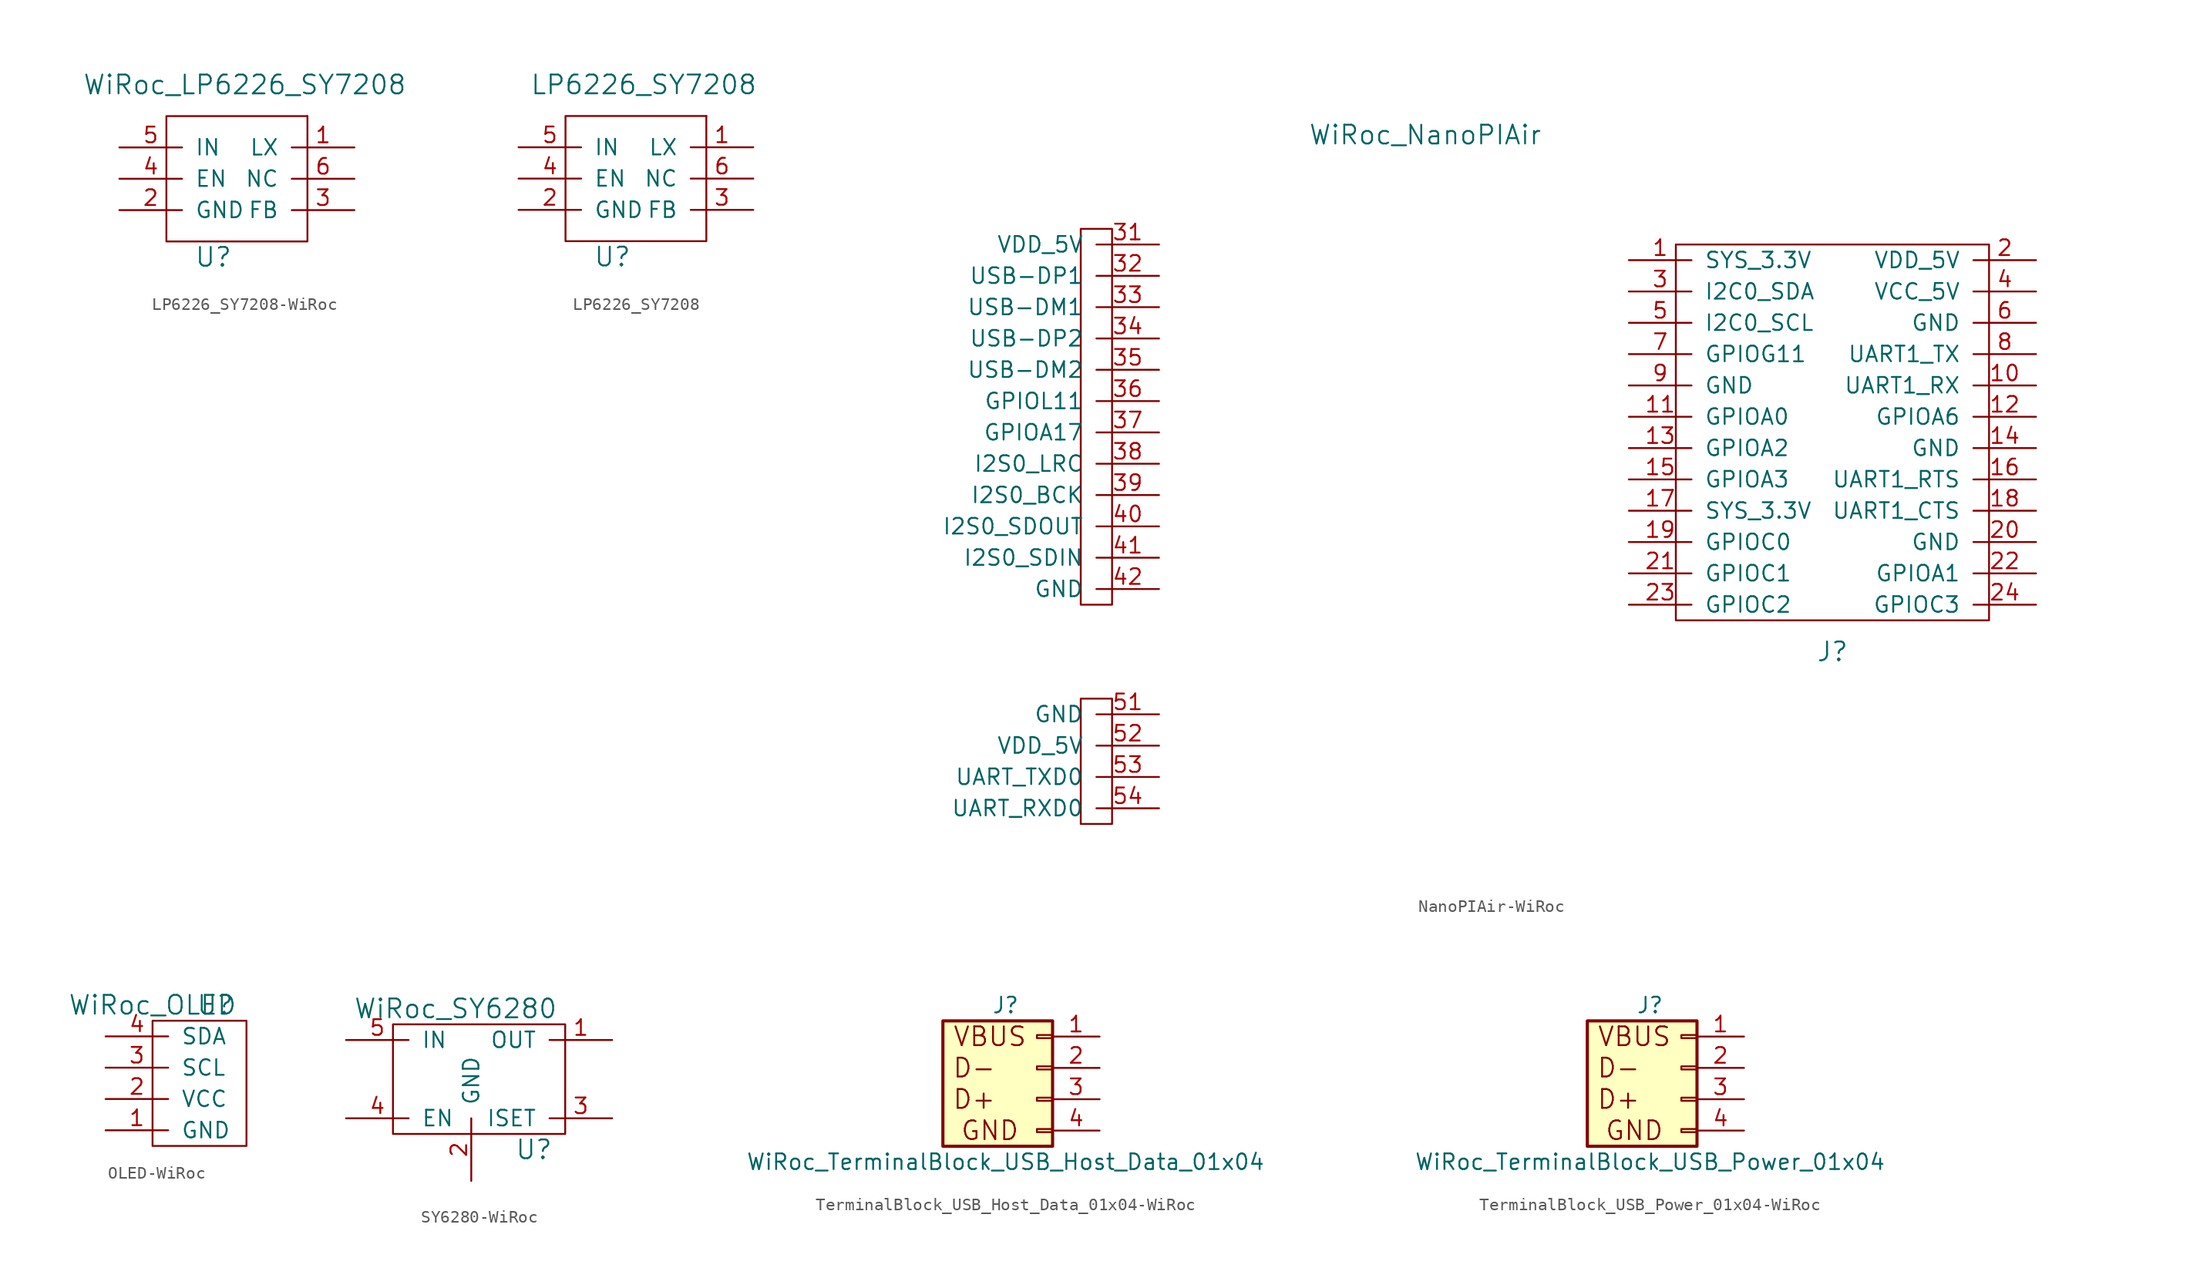
<source format=kicad_sym>
(kicad_symbol_lib
  (version 20220914)
  (generator kicad_symbol_editor)
  (symbol "LP6226_SY7208-WiRoc"
    (pin_names
      (offset 1.016))
    (property "Reference" "U"
      (at -2.54 -6.35 0)
      (effects (font (size 1.524 1.524))))
    (property "Value" "WiRoc_LP6226_SY7208"
      (at 0 7.62 0)
      (effects (font (size 1.524 1.524))))
    (symbol "LP6226_SY7208-WiRoc_0_1"
      (rectangle (start 5.08 5.08) (end -6.35 -5.08) (stroke (width 0) (type solid)) (fill (type none)))
      (rectangle (start 5.08 5.08) (end 5.08 5.08) (stroke (width 0) (type solid)) (fill (type none))))
    (symbol "LP6226_SY7208-WiRoc_1_1"
      (pin output line (at 8.89 2.54 180) (length 5.08) (name "LX" (effects (font (size 1.27 1.27)))) (number "1" (effects (font (size 1.27 1.27)))))
      (pin power_in line (at -10.16 -2.54 0) (length 5.08) (name "GND" (effects (font (size 1.27 1.27)))) (number "2" (effects (font (size 1.27 1.27)))))
      (pin output line (at 8.89 -2.54 180) (length 5.08) (name "FB" (effects (font (size 1.27 1.27)))) (number "3" (effects (font (size 1.27 1.27)))))
      (pin input line (at -10.16 0 0) (length 5.08) (name "EN" (effects (font (size 1.27 1.27)))) (number "4" (effects (font (size 1.27 1.27)))))
      (pin input line (at -10.16 2.54 0) (length 5.08) (name "IN" (effects (font (size 1.27 1.27)))) (number "5" (effects (font (size 1.27 1.27)))))
      (pin output line (at 8.89 0 180) (length 5.08) (name "NC" (effects (font (size 1.27 1.27)))) (number "6" (effects (font (size 1.27 1.27)))))))
  (symbol "LP6226_SY7208"
    (pin_names
      (offset 1.016))
    (property "Reference" "U"
      (at -2.54 -6.35 0)
      (effects (font (size 1.524 1.524))))
    (property "Value" "LP6226_SY7208"
      (at 0 7.62 0)
      (effects (font (size 1.524 1.524))))
    (symbol "LP6226_SY7208_0_1"
      (rectangle (start 5.08 5.08) (end -6.35 -5.08) (stroke (width 0) (type solid)) (fill (type none)))
      (rectangle (start 5.08 5.08) (end 5.08 5.08) (stroke (width 0) (type solid)) (fill (type none))))
    (symbol "LP6226_SY7208_1_1"
      (pin output line (at 8.89 2.54 180) (length 5.08) (name "LX" (effects (font (size 1.27 1.27)))) (number "1" (effects (font (size 1.27 1.27)))))
      (pin power_in line (at -10.16 -2.54 0) (length 5.08) (name "GND" (effects (font (size 1.27 1.27)))) (number "2" (effects (font (size 1.27 1.27)))))
      (pin output line (at 8.89 -2.54 180) (length 5.08) (name "FB" (effects (font (size 1.27 1.27)))) (number "3" (effects (font (size 1.27 1.27)))))
      (pin input line (at -10.16 0 0) (length 5.08) (name "EN" (effects (font (size 1.27 1.27)))) (number "4" (effects (font (size 1.27 1.27)))))
      (pin input line (at -10.16 2.54 0) (length 5.08) (name "IN" (effects (font (size 1.27 1.27)))) (number "5" (effects (font (size 1.27 1.27)))))
      (pin output line (at 8.89 0 180) (length 5.08) (name "NC" (effects (font (size 1.27 1.27)))) (number "6" (effects (font (size 1.27 1.27)))))))
  (symbol "NanoPIAir-WiRoc"
    (pin_names
      (offset 1.016))
    (property "Reference" "J"
      (at 26.67 -15.24 0)
      (effects (font (size 1.524 1.524))))
    (property "Value" "WiRoc_NanoPIAir"
      (at -6.35 26.67 0)
      (effects (font (size 1.524 1.524))))
    (symbol "NanoPIAir-WiRoc_0_1"
      (rectangle (start 13.97 -12.7) (end 39.37 17.78) (stroke (width 0) (type solid)) (fill (type none))))
    (symbol "NanoPIAir-WiRoc_1_1"
      (rectangle (start -34.29 -29.21) (end -31.75 -19.05) (stroke (width 0) (type solid)) (fill (type none)))
      (rectangle (start -34.29 -11.43) (end -31.75 19.05) (stroke (width 0) (type solid)) (fill (type none)))
      (pin power_out line (at 10.16 16.51 0) (length 5.08) (name "SYS_3.3V" (effects (font (size 1.27 1.27)))) (number "1" (effects (font (size 1.27 1.27)))))
      (pin input line (at 43.18 6.35 180) (length 5.08) (name "UART1_RX" (effects (font (size 1.27 1.27)))) (number "10" (effects (font (size 1.27 1.27)))))
      (pin bidirectional line (at 10.16 3.81 0) (length 5.08) (name "GPIOA0" (effects (font (size 1.27 1.27)))) (number "11" (effects (font (size 1.27 1.27)))))
      (pin bidirectional line (at 43.18 3.81 180) (length 5.08) (name "GPIOA6" (effects (font (size 1.27 1.27)))) (number "12" (effects (font (size 1.27 1.27)))))
      (pin bidirectional line (at 10.16 1.27 0) (length 5.08) (name "GPIOA2" (effects (font (size 1.27 1.27)))) (number "13" (effects (font (size 1.27 1.27)))))
      (pin power_in line (at 43.18 1.27 180) (length 5.08) (name "GND" (effects (font (size 1.27 1.27)))) (number "14" (effects (font (size 1.27 1.27)))))
      (pin bidirectional line (at 10.16 -1.27 0) (length 5.08) (name "GPIOA3" (effects (font (size 1.27 1.27)))) (number "15" (effects (font (size 1.27 1.27)))))
      (pin output line (at 43.18 -1.27 180) (length 5.08) (name "UART1_RTS" (effects (font (size 1.27 1.27)))) (number "16" (effects (font (size 1.27 1.27)))))
      (pin power_out line (at 10.16 -3.81 0) (length 5.08) (name "SYS_3.3V" (effects (font (size 1.27 1.27)))) (number "17" (effects (font (size 1.27 1.27)))))
      (pin input line (at 43.18 -3.81 180) (length 5.08) (name "UART1_CTS" (effects (font (size 1.27 1.27)))) (number "18" (effects (font (size 1.27 1.27)))))
      (pin bidirectional line (at 10.16 -6.35 0) (length 5.08) (name "GPIOC0" (effects (font (size 1.27 1.27)))) (number "19" (effects (font (size 1.27 1.27)))))
      (pin power_in line (at 43.18 16.51 180) (length 5.08) (name "VDD_5V" (effects (font (size 1.27 1.27)))) (number "2" (effects (font (size 1.27 1.27)))))
      (pin power_in line (at 43.18 -6.35 180) (length 5.08) (name "GND" (effects (font (size 1.27 1.27)))) (number "20" (effects (font (size 1.27 1.27)))))
      (pin bidirectional line (at 10.16 -8.89 0) (length 5.08) (name "GPIOC1" (effects (font (size 1.27 1.27)))) (number "21" (effects (font (size 1.27 1.27)))))
      (pin bidirectional line (at 43.18 -8.89 180) (length 5.08) (name "GPIOA1" (effects (font (size 1.27 1.27)))) (number "22" (effects (font (size 1.27 1.27)))))
      (pin bidirectional line (at 10.16 -11.43 0) (length 5.08) (name "GPIOC2" (effects (font (size 1.27 1.27)))) (number "23" (effects (font (size 1.27 1.27)))))
      (pin bidirectional line (at 43.18 -11.43 180) (length 5.08) (name "GPIOC3" (effects (font (size 1.27 1.27)))) (number "24" (effects (font (size 1.27 1.27)))))
      (pin bidirectional line (at 10.16 13.97 0) (length 5.08) (name "I2C0_SDA" (effects (font (size 1.27 1.27)))) (number "3" (effects (font (size 1.27 1.27)))))
      (pin power_out line (at -27.94 17.78 180) (length 5.08) (name "VDD_5V" (effects (font (size 1.27 1.27)))) (number "31" (effects (font (size 1.27 1.27)))))
      (pin bidirectional line (at -27.94 15.24 180) (length 5.08) (name "USB-DP1" (effects (font (size 1.27 1.27)))) (number "32" (effects (font (size 1.27 1.27)))))
      (pin bidirectional line (at -27.94 12.7 180) (length 5.08) (name "USB-DM1" (effects (font (size 1.27 1.27)))) (number "33" (effects (font (size 1.27 1.27)))))
      (pin bidirectional line (at -27.94 10.16 180) (length 5.08) (name "USB-DP2" (effects (font (size 1.27 1.27)))) (number "34" (effects (font (size 1.27 1.27)))))
      (pin bidirectional line (at -27.94 7.62 180) (length 5.08) (name "USB-DM2" (effects (font (size 1.27 1.27)))) (number "35" (effects (font (size 1.27 1.27)))))
      (pin bidirectional line (at -27.94 5.08 180) (length 5.08) (name "GPIOL11" (effects (font (size 1.27 1.27)))) (number "36" (effects (font (size 1.27 1.27)))))
      (pin bidirectional line (at -27.94 2.54 180) (length 5.08) (name "GPIOA17" (effects (font (size 1.27 1.27)))) (number "37" (effects (font (size 1.27 1.27)))))
      (pin bidirectional line (at -27.94 0 180) (length 5.08) (name "I2S0_LRC" (effects (font (size 1.27 1.27)))) (number "38" (effects (font (size 1.27 1.27)))))
      (pin bidirectional line (at -27.94 -2.54 180) (length 5.08) (name "I2S0_BCK" (effects (font (size 1.27 1.27)))) (number "39" (effects (font (size 1.27 1.27)))))
      (pin power_in line (at 43.18 13.97 180) (length 5.08) (name "VCC_5V" (effects (font (size 1.27 1.27)))) (number "4" (effects (font (size 1.27 1.27)))))
      (pin output line (at -27.94 -5.08 180) (length 5.08) (name "I2S0_SDOUT" (effects (font (size 1.27 1.27)))) (number "40" (effects (font (size 1.27 1.27)))))
      (pin input line (at -27.94 -7.62 180) (length 5.08) (name "I2S0_SDIN" (effects (font (size 1.27 1.27)))) (number "41" (effects (font (size 1.27 1.27)))))
      (pin output line (at -27.94 -10.16 180) (length 5.08) (name "GND" (effects (font (size 1.27 1.27)))) (number "42" (effects (font (size 1.27 1.27)))))
      (pin bidirectional line (at 10.16 11.43 0) (length 5.08) (name "I2C0_SCL" (effects (font (size 1.27 1.27)))) (number "5" (effects (font (size 1.27 1.27)))))
      (pin power_in line (at -27.94 -20.32 180) (length 5.08) (name "GND" (effects (font (size 1.27 1.27)))) (number "51" (effects (font (size 1.27 1.27)))))
      (pin power_in line (at -27.94 -22.86 180) (length 5.08) (name "VDD_5V" (effects (font (size 1.27 1.27)))) (number "52" (effects (font (size 1.27 1.27)))))
      (pin output line (at -27.94 -25.4 180) (length 5.08) (name "UART_TXD0" (effects (font (size 1.27 1.27)))) (number "53" (effects (font (size 1.27 1.27)))))
      (pin input line (at -27.94 -27.94 180) (length 5.08) (name "UART_RXD0" (effects (font (size 1.27 1.27)))) (number "54" (effects (font (size 1.27 1.27)))))
      (pin power_in line (at 43.18 11.43 180) (length 5.08) (name "GND" (effects (font (size 1.27 1.27)))) (number "6" (effects (font (size 1.27 1.27)))))
      (pin bidirectional line (at 10.16 8.89 0) (length 5.08) (name "GPIOG11" (effects (font (size 1.27 1.27)))) (number "7" (effects (font (size 1.27 1.27)))))
      (pin output line (at 43.18 8.89 180) (length 5.08) (name "UART1_TX" (effects (font (size 1.27 1.27)))) (number "8" (effects (font (size 1.27 1.27)))))
      (pin power_in line (at 10.16 6.35 0) (length 5.08) (name "GND" (effects (font (size 1.27 1.27)))) (number "9" (effects (font (size 1.27 1.27)))))))
  (symbol "OLED-WiRoc"
    (pin_names
      (offset 1.016))
    (property "Reference" "U"
      (at 1.27 6.35 0)
      (effects (font (size 1.524 1.524))))
    (property "Value" "WiRoc_OLED"
      (at -3.81 6.35 0)
      (effects (font (size 1.524 1.524))))
    (symbol "OLED-WiRoc_0_1"
      (rectangle (start -3.81 5.08) (end 3.81 -5.08) (stroke (width 0) (type solid)) (fill (type none))))
    (symbol "OLED-WiRoc_1_1"
      (pin power_in line (at -7.62 -3.81 0) (length 5.08) (name "GND" (effects (font (size 1.27 1.27)))) (number "1" (effects (font (size 1.27 1.27)))))
      (pin power_in line (at -7.62 -1.27 0) (length 5.08) (name "VCC" (effects (font (size 1.27 1.27)))) (number "2" (effects (font (size 1.27 1.27)))))
      (pin input line (at -7.62 1.27 0) (length 5.08) (name "SCL" (effects (font (size 1.27 1.27)))) (number "3" (effects (font (size 1.27 1.27)))))
      (pin input line (at -7.62 3.81 0) (length 5.08) (name "SDA" (effects (font (size 1.27 1.27)))) (number "4" (effects (font (size 1.27 1.27)))))))
  (symbol "SY6280-WiRoc"
    (pin_names
      (offset 1.016))
    (property "Reference" "U"
      (at 5.08 -6.35 0)
      (effects (font (size 1.524 1.524))))
    (property "Value" "WiRoc_SY6280"
      (at -1.27 5.08 0)
      (effects (font (size 1.524 1.524))))
    (symbol "SY6280-WiRoc_0_1"
      (rectangle (start -6.35 3.81) (end 7.62 -5.08) (stroke (width 0) (type solid)) (fill (type none))))
    (symbol "SY6280-WiRoc_1_1"
      (pin power_out line (at 11.43 2.54 180) (length 5.08) (name "OUT" (effects (font (size 1.27 1.27)))) (number "1" (effects (font (size 1.27 1.27)))))
      (pin power_in line (at 0 -8.89 90) (length 5.08) (name "GND" (effects (font (size 1.27 1.27)))) (number "2" (effects (font (size 1.27 1.27)))))
      (pin input line (at 11.43 -3.81 180) (length 5.08) (name "ISET" (effects (font (size 1.27 1.27)))) (number "3" (effects (font (size 1.27 1.27)))))
      (pin input line (at -10.16 -3.81 0) (length 5.08) (name "EN" (effects (font (size 1.27 1.27)))) (number "4" (effects (font (size 1.27 1.27)))))
      (pin power_in line (at -10.16 2.54 0) (length 5.08) (name "IN" (effects (font (size 1.27 1.27)))) (number "5" (effects (font (size 1.27 1.27)))))))
  (symbol "TerminalBlock_USB_Host_Data_01x04-WiRoc"
    (pin_names
      (offset 1.016) hide)
    (property "Reference" "J"
      (at 0 5.08 0)
      (effects (font (size 1.27 1.27))))
    (property "Value" "WiRoc_TerminalBlock_USB_Host_Data_01x04"
      (at 0 -7.62 0)
      (effects (font (size 1.27 1.27))))
    (symbol "TerminalBlock_USB_Host_Data_01x04-WiRoc_0_0"
      (text "D+" (at -2.54 -2.54 0) (effects (font (size 1.524 1.524))))
      (text "D-" (at -2.54 0 0) (effects (font (size 1.524 1.524))))
      (text "GND" (at -1.27 -5.08 0) (effects (font (size 1.524 1.524))))
      (text "VBUS" (at -1.27 2.54 0) (effects (font (size 1.524 1.524)))))
    (symbol "TerminalBlock_USB_Host_Data_01x04-WiRoc_1_1"
      (rectangle (start 3.81 -4.953) (end 2.54 -5.207) (stroke (width 0.152) (type solid)) (fill (type none)))
      (rectangle (start 3.81 -2.413) (end 2.54 -2.667) (stroke (width 0.152) (type solid)) (fill (type none)))
      (rectangle (start 3.81 0.127) (end 2.54 -0.127) (stroke (width 0.152) (type solid)) (fill (type none)))
      (rectangle (start 3.81 2.667) (end 2.54 2.413) (stroke (width 0.152) (type solid)) (fill (type none)))
      (rectangle (start 3.81 3.81) (end -5.08 -6.35) (stroke (width 0.254) (type solid)) (fill (type background)))
      (pin passive line (at 7.62 2.54 180) (length 3.81) (name "Pin_1" (effects (font (size 1.27 1.27)))) (number "1" (effects (font (size 1.27 1.27)))))
      (pin passive line (at 7.62 0 180) (length 3.81) (name "Pin_2" (effects (font (size 1.27 1.27)))) (number "2" (effects (font (size 1.27 1.27)))))
      (pin passive line (at 7.62 -2.54 180) (length 3.81) (name "Pin_3" (effects (font (size 1.27 1.27)))) (number "3" (effects (font (size 1.27 1.27)))))
      (pin passive line (at 7.62 -5.08 180) (length 3.81) (name "Pin_4" (effects (font (size 1.27 1.27)))) (number "4" (effects (font (size 1.27 1.27)))))))
  (symbol "TerminalBlock_USB_Power_01x04-WiRoc"
    (pin_names
      (offset 1.016) hide)
    (property "Reference" "J"
      (at 0 5.08 0)
      (effects (font (size 1.27 1.27))))
    (property "Value" "WiRoc_TerminalBlock_USB_Power_01x04"
      (at 0 -7.62 0)
      (effects (font (size 1.27 1.27))))
    (symbol "TerminalBlock_USB_Power_01x04-WiRoc_0_0"
      (text "D+" (at -2.54 -2.54 0) (effects (font (size 1.524 1.524))))
      (text "D-" (at -2.54 0 0) (effects (font (size 1.524 1.524))))
      (text "GND" (at -1.27 -5.08 0) (effects (font (size 1.524 1.524))))
      (text "VBUS" (at -1.27 2.54 0) (effects (font (size 1.524 1.524)))))
    (symbol "TerminalBlock_USB_Power_01x04-WiRoc_1_1"
      (rectangle (start 3.81 -4.953) (end 2.54 -5.207) (stroke (width 0.152) (type solid)) (fill (type none)))
      (rectangle (start 3.81 -2.413) (end 2.54 -2.667) (stroke (width 0.152) (type solid)) (fill (type none)))
      (rectangle (start 3.81 0.127) (end 2.54 -0.127) (stroke (width 0.152) (type solid)) (fill (type none)))
      (rectangle (start 3.81 2.667) (end 2.54 2.413) (stroke (width 0.152) (type solid)) (fill (type none)))
      (rectangle (start 3.81 3.81) (end -5.08 -6.35) (stroke (width 0.254) (type solid)) (fill (type background)))
      (pin power_out line (at 7.62 2.54 180) (length 3.81) (name "Pin_1" (effects (font (size 1.27 1.27)))) (number "1" (effects (font (size 1.27 1.27)))))
      (pin passive line (at 7.62 0 180) (length 3.81) (name "Pin_2" (effects (font (size 1.27 1.27)))) (number "2" (effects (font (size 1.27 1.27)))))
      (pin passive line (at 7.62 -2.54 180) (length 3.81) (name "Pin_3" (effects (font (size 1.27 1.27)))) (number "3" (effects (font (size 1.27 1.27)))))
      (pin power_in line (at 7.62 -5.08 180) (length 3.81) (name "Pin_4" (effects (font (size 1.27 1.27)))) (number "4" (effects (font (size 1.27 1.27))))))))
</source>
